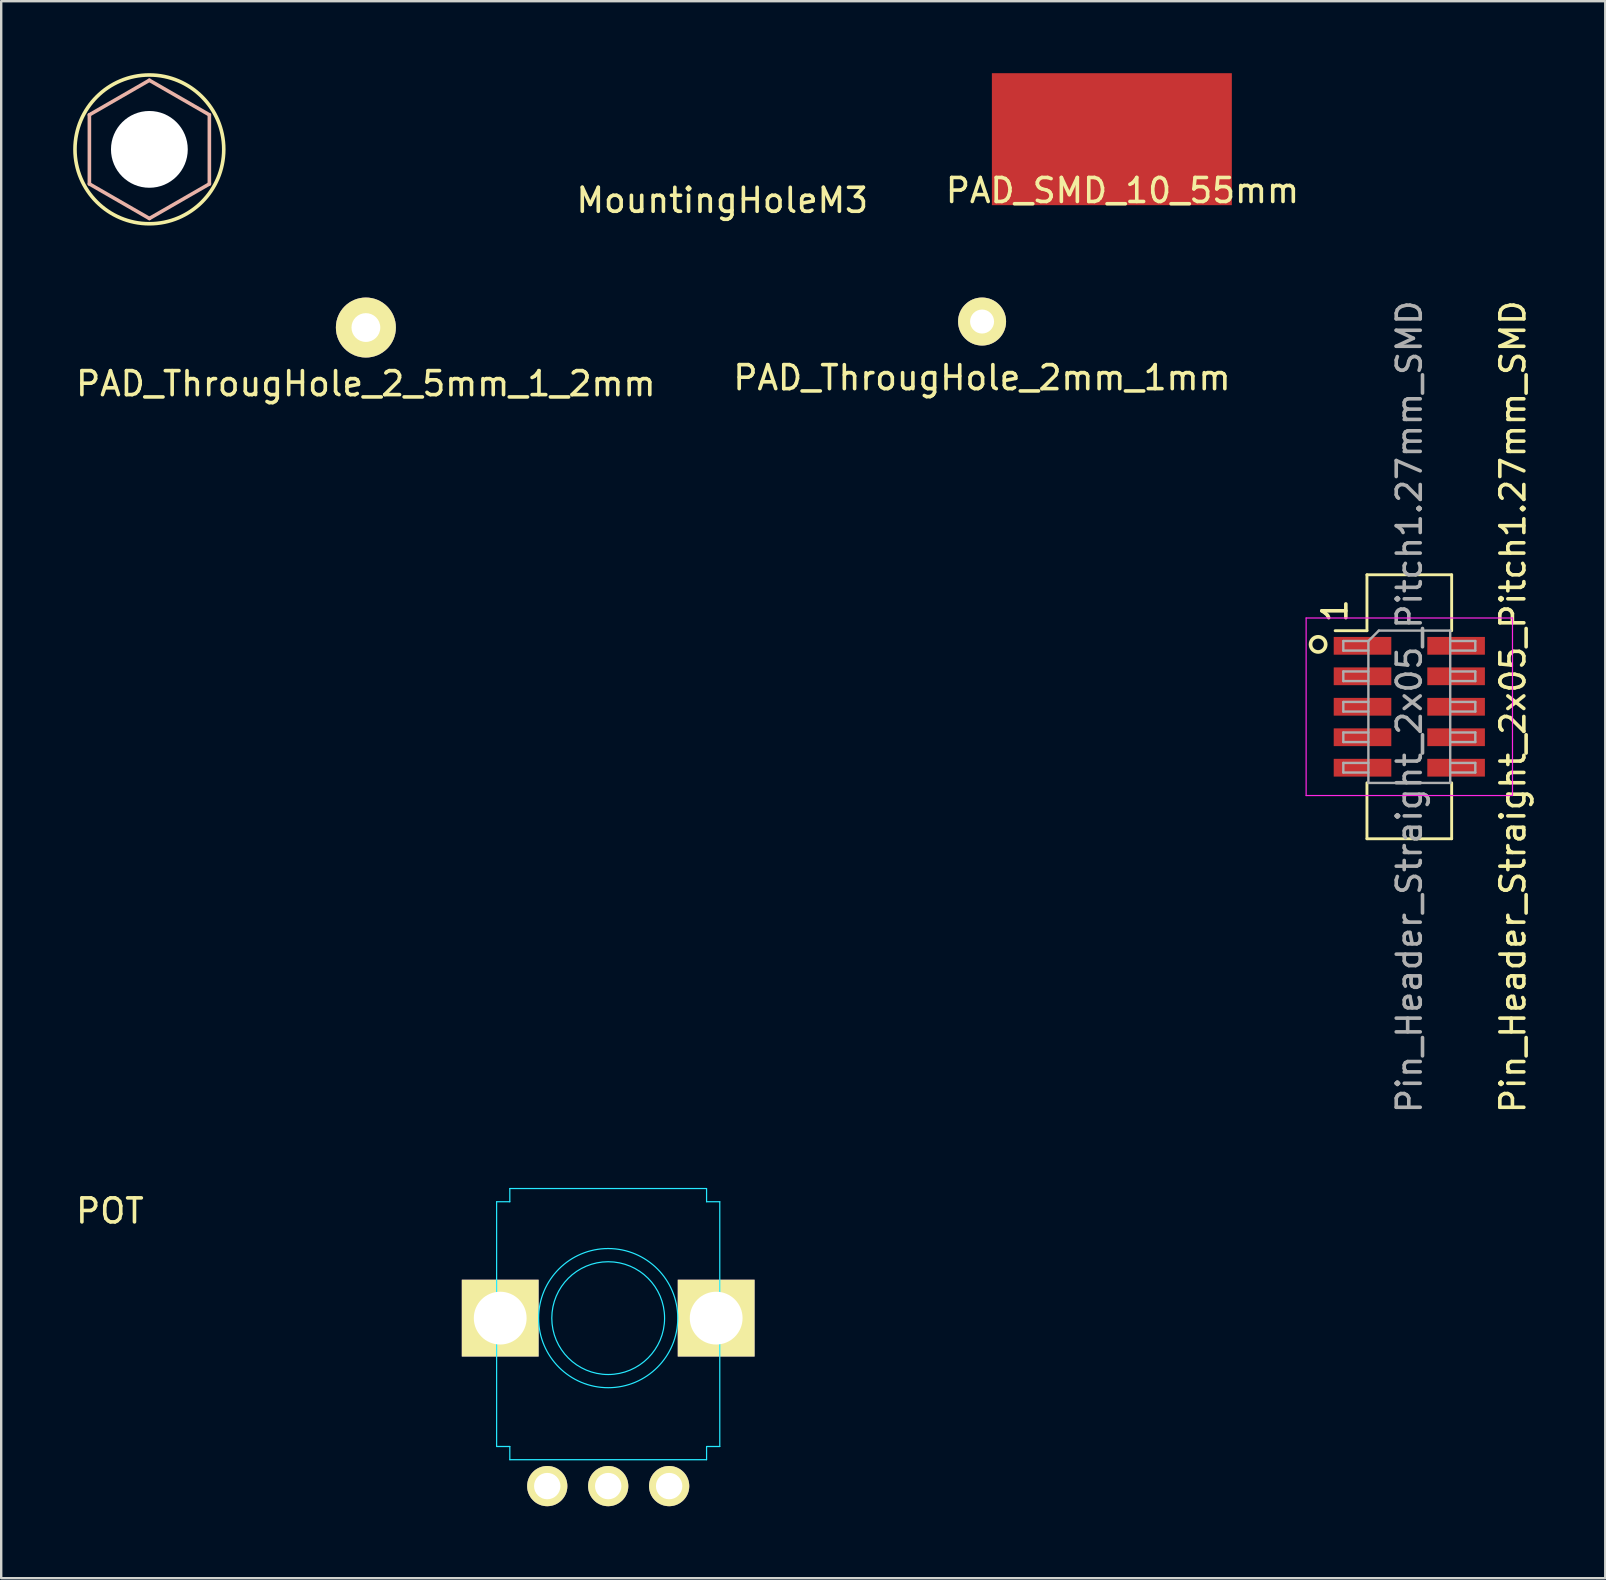
<source format=kicad_pcb>
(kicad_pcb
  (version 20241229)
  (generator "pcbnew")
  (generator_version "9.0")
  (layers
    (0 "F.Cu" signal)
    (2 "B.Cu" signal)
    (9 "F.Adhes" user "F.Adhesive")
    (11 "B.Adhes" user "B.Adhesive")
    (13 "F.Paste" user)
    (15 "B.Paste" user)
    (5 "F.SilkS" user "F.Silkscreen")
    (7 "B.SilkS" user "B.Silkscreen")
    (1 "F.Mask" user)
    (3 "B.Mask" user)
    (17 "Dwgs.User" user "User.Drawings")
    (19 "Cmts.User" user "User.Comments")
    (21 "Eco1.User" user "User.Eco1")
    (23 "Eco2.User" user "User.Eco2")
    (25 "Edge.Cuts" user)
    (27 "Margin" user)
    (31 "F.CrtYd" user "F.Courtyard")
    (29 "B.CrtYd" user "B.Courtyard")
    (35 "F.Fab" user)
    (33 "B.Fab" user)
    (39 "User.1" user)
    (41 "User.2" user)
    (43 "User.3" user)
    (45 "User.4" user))
  (footprint "PAD_SMD_10_55mm"
    (layer "F.Cu")
    (at 43.286 2.75)
    (property "Reference" "PAD_SMD_10_55mm" (at 0.443 2.141 0) (layer "F.SilkS") (effects (font (size 1 1) (thickness 0.15))))
    (attr through_hole)
    (pad "1" smd rect (at 0 0) (size 10 5.5) (layers "F.Cu" "F.Mask" "F.Paste")))
  (footprint "MountingHoleM3"
    (layer "F.Cu")
    (at 3.175 3.175)
    (property "Reference" "MountingHoleM3" (at 23.875 2.125 0) (layer "F.SilkS") (effects (font (size 1 1) (thickness 0.15))))
    (attr through_hole)
    (fp_circle (center 0 0) (end 3.1 0) (stroke (width 0.15) (type solid)) (fill no) (layer "F.SilkS"))
    (fp_line (start -2.5 -1.44) (end 0 -2.88) (stroke (width 0.15) (type solid)) (layer "B.SilkS"))
    (fp_line (start -2.5 1.44) (end -2.5 -1.44) (stroke (width 0.15) (type solid)) (layer "B.SilkS"))
    (fp_line (start 0 2.88) (end -2.5 1.44) (stroke (width 0.15) (type solid)) (layer "B.SilkS"))
    (fp_line (start 2.5 -1.44) (end 0 -2.88) (stroke (width 0.15) (type solid)) (layer "B.SilkS"))
    (fp_line (start 2.5 -1.44) (end 2.5 1.44) (stroke (width 0.15) (type solid)) (layer "B.SilkS"))
    (fp_line (start 2.5 1.44) (end 0 2.88) (stroke (width 0.15) (type solid)) (layer "B.SilkS"))
    (pad "" np_thru_hole circle (at 0 0 90) (size 3.2 3.2) (drill 3.2) (layers "*.Cu" "*.Mask")))
  (footprint "PAD_ThrougHole_2mm_1mm"
    (layer "F.Cu")
    (at 37.877 10.35)
    (property "Reference" "PAD_ThrougHole_2mm_1mm" (at -0.002 2.341 0) (layer "F.SilkS") (effects (font (size 1 1) (thickness 0.15))))
    (attr through_hole)
    (pad "1" thru_hole oval (at 0 0) (size 2 2) (drill 1) (layers "*.Cu" "*.Mask" "F.SilkS")))
  (footprint "POT"
    (layer "F.Cu")
    (at 22.296 51.882)
    (property "Reference" "POT" (at -20.766 -4.466 0) (layer "F.SilkS") (effects (font (size 1 1) (thickness 0.15))))
    (attr through_hole)
    (fp_line (start -4.65 -4.85) (end -4.65 5.35) (stroke (width 0.05) (type solid)) (layer "B.CrtYd"))
    (fp_line (start -4.65 -4.85) (end -4.1 -4.85) (stroke (width 0.05) (type solid)) (layer "B.CrtYd"))
    (fp_line (start -4.1 -4.85) (end -4.1 -5.4) (stroke (width 0.05) (type solid)) (layer "B.CrtYd"))
    (fp_line (start -4.1 5.35) (end -4.65 5.35) (stroke (width 0.05) (type solid)) (layer "B.CrtYd"))
    (fp_line (start -4.1 5.9) (end -4.1 5.35) (stroke (width 0.05) (type solid)) (layer "B.CrtYd"))
    (fp_line (start -4.1 5.9) (end 4.1 5.9) (stroke (width 0.05) (type solid)) (layer "B.CrtYd"))
    (fp_line (start 4.1 -5.4) (end -4.1 -5.4) (stroke (width 0.05) (type solid)) (layer "B.CrtYd"))
    (fp_line (start 4.1 -5.39) (end 4.1 -4.85) (stroke (width 0.05) (type solid)) (layer "B.CrtYd"))
    (fp_line (start 4.1 -4.85) (end 4.65 -4.85) (stroke (width 0.05) (type solid)) (layer "B.CrtYd"))
    (fp_line (start 4.1 5.35) (end 4.65 5.35) (stroke (width 0.05) (type solid)) (layer "B.CrtYd"))
    (fp_line (start 4.1 5.9) (end 4.1 5.36) (stroke (width 0.05) (type solid)) (layer "B.CrtYd"))
    (fp_line (start 4.65 -4.85) (end 4.65 5.35) (stroke (width 0.05) (type solid)) (layer "B.CrtYd"))
    (fp_circle (center 0 0) (end 2.35 0) (stroke (width 0.05) (type solid)) (fill no) (layer "B.CrtYd"))
    (fp_circle (center 0 0) (end 2.9 0) (stroke (width 0.05) (type solid)) (fill no) (layer "B.CrtYd"))
    (pad "0" thru_hole rect (at -4.5 0) (size 3.2 3.2) (drill 2.2) (layers "*.Cu" "*.Mask" "F.SilkS"))
    (pad "0" thru_hole rect (at 4.5 0) (size 3.2 3.2) (drill 2.2) (layers "*.Cu" "*.Mask" "F.SilkS"))
    (pad "1" thru_hole circle (at -2.54 7) (size 1.676 1.676) (drill 1.1) (layers "*.Cu" "*.Mask" "F.SilkS"))
    (pad "2" thru_hole circle (at 0 7) (size 1.676 1.676) (drill 1.1) (layers "*.Cu" "*.Mask" "F.SilkS"))
    (pad "3" thru_hole circle (at 2.54 7) (size 1.676 1.676) (drill 1.1) (layers "*.Cu" "*.Mask" "F.SilkS")))
  (footprint "Pin_Header_Straight_2x05_Pitch1.27mm_SMD"
    (layer "F.Cu")
    (at 55.682 26.404)
    (property "Reference" "Pin_Header_Straight_2x05_Pitch1.27mm_SMD" (at 4.318 0 270) (layer "F.SilkS") (effects (font (size 1 1) (thickness 0.15))))
    (attr smd)
    (fp_line (start -3.09 -3.17) (end -1.765 -3.17) (stroke (width 0.12) (type solid)) (layer "F.SilkS"))
    (fp_line (start -1.765 -5.5) (end -1.765 -3.17) (stroke (width 0.12) (type solid)) (layer "F.SilkS"))
    (fp_line (start -1.765 -5.5) (end 1.765 -5.5) (stroke (width 0.12) (type solid)) (layer "F.SilkS"))
    (fp_line (start -1.765 3.17) (end -1.765 5.5) (stroke (width 0.12) (type solid)) (layer "F.SilkS"))
    (fp_line (start -1.765 5.5) (end 1.765 5.5) (stroke (width 0.12) (type solid)) (layer "F.SilkS"))
    (fp_line (start 1.765 -5.5) (end 1.765 -3.17) (stroke (width 0.12) (type solid)) (layer "F.SilkS"))
    (fp_line (start 1.765 3.17) (end 1.765 5.5) (stroke (width 0.12) (type solid)) (layer "F.SilkS"))
    (fp_circle (center -3.8 -2.6) (end -3.5 -2.5) (stroke (width 0.152) (type solid)) (fill no) (layer "F.SilkS"))
    (fp_line (start -4.3 -3.7) (end -4.3 3.7) (stroke (width 0.05) (type solid)) (layer "F.CrtYd"))
    (fp_line (start -4.3 3.7) (end 4.3 3.7) (stroke (width 0.05) (type solid)) (layer "F.CrtYd"))
    (fp_line (start 4.3 -3.7) (end -4.3 -3.7) (stroke (width 0.05) (type solid)) (layer "F.CrtYd"))
    (fp_line (start 4.3 3.7) (end 4.3 -3.7) (stroke (width 0.05) (type solid)) (layer "F.CrtYd"))
    (fp_line (start -2.75 -2.74) (end -2.75 -2.34) (stroke (width 0.1) (type solid)) (layer "F.Fab"))
    (fp_line (start -2.75 -2.34) (end -1.705 -2.34) (stroke (width 0.1) (type solid)) (layer "F.Fab"))
    (fp_line (start -2.75 -1.47) (end -2.75 -1.07) (stroke (width 0.1) (type solid)) (layer "F.Fab"))
    (fp_line (start -2.75 -1.07) (end -1.705 -1.07) (stroke (width 0.1) (type solid)) (layer "F.Fab"))
    (fp_line (start -2.75 -0.2) (end -2.75 0.2) (stroke (width 0.1) (type solid)) (layer "F.Fab"))
    (fp_line (start -2.75 0.2) (end -1.705 0.2) (stroke (width 0.1) (type solid)) (layer "F.Fab"))
    (fp_line (start -2.75 1.07) (end -2.75 1.47) (stroke (width 0.1) (type solid)) (layer "F.Fab"))
    (fp_line (start -2.75 1.47) (end -1.705 1.47) (stroke (width 0.1) (type solid)) (layer "F.Fab"))
    (fp_line (start -2.75 2.34) (end -2.75 2.74) (stroke (width 0.1) (type solid)) (layer "F.Fab"))
    (fp_line (start -2.75 2.74) (end -1.705 2.74) (stroke (width 0.1) (type solid)) (layer "F.Fab"))
    (fp_line (start -1.705 -2.74) (end -2.75 -2.74) (stroke (width 0.1) (type solid)) (layer "F.Fab"))
    (fp_line (start -1.705 -2.74) (end -1.27 -3.175) (stroke (width 0.1) (type solid)) (layer "F.Fab"))
    (fp_line (start -1.705 -1.47) (end -2.75 -1.47) (stroke (width 0.1) (type solid)) (layer "F.Fab"))
    (fp_line (start -1.705 -0.2) (end -2.75 -0.2) (stroke (width 0.1) (type solid)) (layer "F.Fab"))
    (fp_line (start -1.705 1.07) (end -2.75 1.07) (stroke (width 0.1) (type solid)) (layer "F.Fab"))
    (fp_line (start -1.705 2.34) (end -2.75 2.34) (stroke (width 0.1) (type solid)) (layer "F.Fab"))
    (fp_line (start -1.705 3.175) (end -1.705 -2.74) (stroke (width 0.1) (type solid)) (layer "F.Fab"))
    (fp_line (start -1.27 -3.175) (end 1.705 -3.175) (stroke (width 0.1) (type solid)) (layer "F.Fab"))
    (fp_line (start 1.705 -3.175) (end 1.705 3.175) (stroke (width 0.1) (type solid)) (layer "F.Fab"))
    (fp_line (start 1.705 -2.74) (end 2.75 -2.74) (stroke (width 0.1) (type solid)) (layer "F.Fab"))
    (fp_line (start 1.705 -1.47) (end 2.75 -1.47) (stroke (width 0.1) (type solid)) (layer "F.Fab"))
    (fp_line (start 1.705 -0.2) (end 2.75 -0.2) (stroke (width 0.1) (type solid)) (layer "F.Fab"))
    (fp_line (start 1.705 1.07) (end 2.75 1.07) (stroke (width 0.1) (type solid)) (layer "F.Fab"))
    (fp_line (start 1.705 2.34) (end 2.75 2.34) (stroke (width 0.1) (type solid)) (layer "F.Fab"))
    (fp_line (start 1.705 3.175) (end -1.705 3.175) (stroke (width 0.1) (type solid)) (layer "F.Fab"))
    (fp_line (start 2.75 -2.74) (end 2.75 -2.34) (stroke (width 0.1) (type solid)) (layer "F.Fab"))
    (fp_line (start 2.75 -2.34) (end 1.705 -2.34) (stroke (width 0.1) (type solid)) (layer "F.Fab"))
    (fp_line (start 2.75 -1.47) (end 2.75 -1.07) (stroke (width 0.1) (type solid)) (layer "F.Fab"))
    (fp_line (start 2.75 -1.07) (end 1.705 -1.07) (stroke (width 0.1) (type solid)) (layer "F.Fab"))
    (fp_line (start 2.75 -0.2) (end 2.75 0.2) (stroke (width 0.1) (type solid)) (layer "F.Fab"))
    (fp_line (start 2.75 0.2) (end 1.705 0.2) (stroke (width 0.1) (type solid)) (layer "F.Fab"))
    (fp_line (start 2.75 1.07) (end 2.75 1.47) (stroke (width 0.1) (type solid)) (layer "F.Fab"))
    (fp_line (start 2.75 1.47) (end 1.705 1.47) (stroke (width 0.1) (type solid)) (layer "F.Fab"))
    (fp_line (start 2.75 2.34) (end 2.75 2.74) (stroke (width 0.1) (type solid)) (layer "F.Fab"))
    (fp_line (start 2.75 2.74) (end 1.705 2.74) (stroke (width 0.1) (type solid)) (layer "F.Fab"))
    (fp_text user "1" (at -3.1 -4 90) (layer "F.SilkS") (effects (font (size 1 1) (thickness 0.15))))
    (fp_text user "${REFERENCE}" (at 0 0 90) (layer "F.Fab") (effects (font (size 1 1) (thickness 0.15))))
    (pad "1" smd rect (at -1.95 -2.54) (size 2.4 0.74) (layers "F.Cu" "F.Mask" "F.Paste"))
    (pad "2" smd rect (at 1.95 -2.54) (size 2.4 0.74) (layers "F.Cu" "F.Mask" "F.Paste"))
    (pad "3" smd rect (at -1.95 -1.27) (size 2.4 0.74) (layers "F.Cu" "F.Mask" "F.Paste"))
    (pad "4" smd rect (at 1.95 -1.27) (size 2.4 0.74) (layers "F.Cu" "F.Mask" "F.Paste"))
    (pad "5" smd rect (at -1.95 0) (size 2.4 0.74) (layers "F.Cu" "F.Mask" "F.Paste"))
    (pad "6" smd rect (at 1.95 0) (size 2.4 0.74) (layers "F.Cu" "F.Mask" "F.Paste"))
    (pad "7" smd rect (at -1.95 1.27) (size 2.4 0.74) (layers "F.Cu" "F.Mask" "F.Paste"))
    (pad "8" smd rect (at 1.95 1.27) (size 2.4 0.74) (layers "F.Cu" "F.Mask" "F.Paste"))
    (pad "9" smd rect (at -1.95 2.54) (size 2.4 0.74) (layers "F.Cu" "F.Mask" "F.Paste"))
    (pad "10" smd rect (at 1.95 2.54) (size 2.4 0.74) (layers "F.Cu" "F.Mask" "F.Paste")))
  (footprint "PAD_ThrougHole_2_5mm_1_2mm"
    (layer "F.Cu")
    (at 12.198 10.6)
    (property "Reference" "PAD_ThrougHole_2_5mm_1_2mm" (at -0.002 2.341 0) (layer "F.SilkS") (effects (font (size 1 1) (thickness 0.15))))
    (attr through_hole)
    (pad "1" thru_hole oval (at 0 0) (size 2.5 2.5) (drill 1.2) (layers "*.Cu" "*.Mask" "F.SilkS")))
  (gr_rect
    (start -3 -3)
    (end 63.848 62.72)
    (stroke (width 0.1) (type default))
    (fill no)
    (layer "Edge.Cuts")))
</source>
